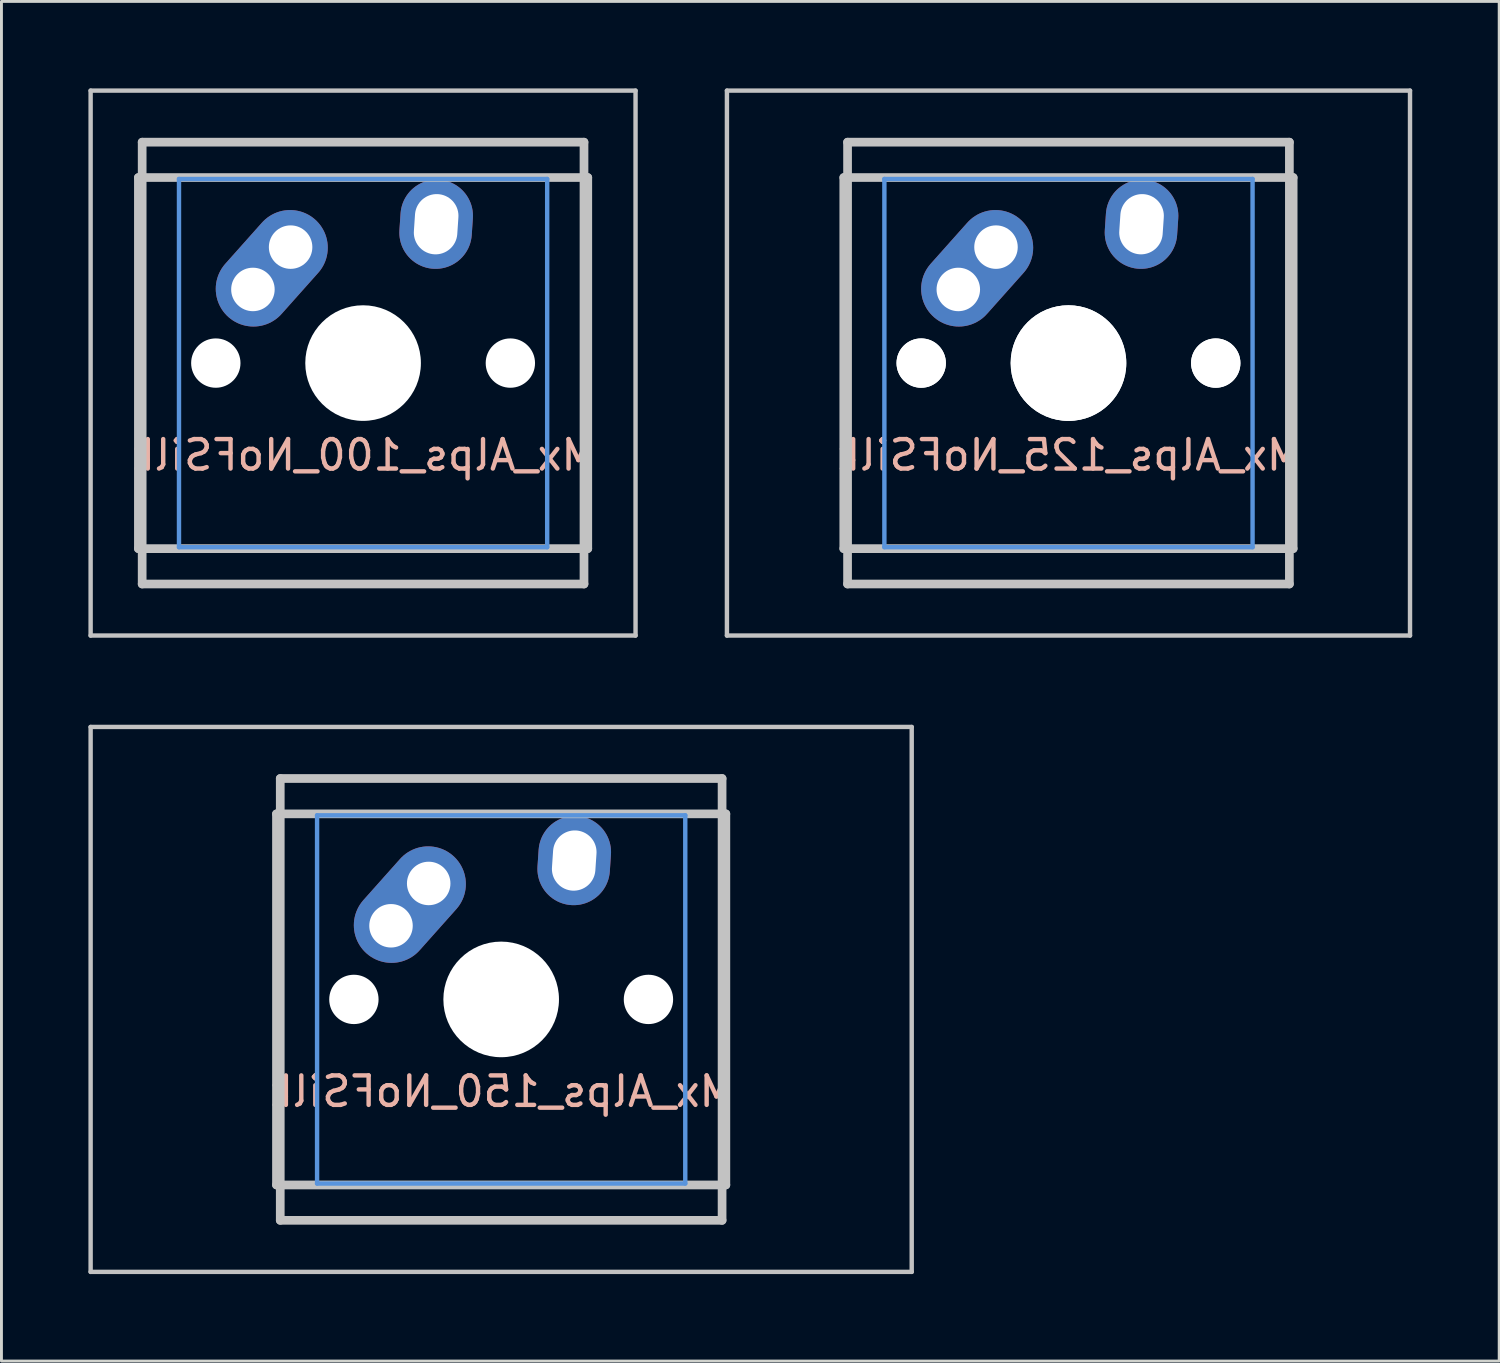
<source format=kicad_pcb>
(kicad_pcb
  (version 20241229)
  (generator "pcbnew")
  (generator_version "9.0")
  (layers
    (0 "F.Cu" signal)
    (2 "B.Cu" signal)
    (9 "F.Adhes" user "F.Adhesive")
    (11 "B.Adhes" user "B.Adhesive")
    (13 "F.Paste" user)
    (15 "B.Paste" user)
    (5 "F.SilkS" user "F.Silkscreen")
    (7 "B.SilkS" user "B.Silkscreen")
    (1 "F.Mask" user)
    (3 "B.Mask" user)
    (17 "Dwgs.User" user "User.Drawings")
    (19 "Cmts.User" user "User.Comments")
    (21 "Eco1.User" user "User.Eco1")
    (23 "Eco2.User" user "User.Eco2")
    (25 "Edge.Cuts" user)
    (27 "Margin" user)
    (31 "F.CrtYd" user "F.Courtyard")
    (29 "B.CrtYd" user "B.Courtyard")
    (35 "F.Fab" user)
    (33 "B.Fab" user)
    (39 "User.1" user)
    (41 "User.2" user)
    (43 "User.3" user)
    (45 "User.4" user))
  (footprint "Mx_Alps_100_NoFSilk"
    (layer "F.Cu")
    (at 9.474 9.474)
    (property "Reference" "Mx_Alps_100_NoFSilk" (at 0 3.175 0) (layer "B.SilkS") (effects (font (size 1.016 1.016) (thickness 0.152)) (justify mirror)))
    (attr through_hole)
    (fp_line (start -9.398 -9.398) (end 9.398 -9.398) (stroke (width 0.152) (type solid)) (layer "Dwgs.User"))
    (fp_line (start -9.398 9.398) (end -9.398 -9.398) (stroke (width 0.152) (type solid)) (layer "Dwgs.User"))
    (fp_line (start -7.75 6.4) (end -7.75 -6.4) (stroke (width 0.3) (type solid)) (layer "Dwgs.User"))
    (fp_line (start -7.75 6.4) (end 7.75 6.4) (stroke (width 0.3) (type solid)) (layer "Dwgs.User"))
    (fp_line (start -7.62 -7.62) (end 7.62 -7.62) (stroke (width 0.3) (type solid)) (layer "Dwgs.User"))
    (fp_line (start -7.62 7.62) (end -7.62 -7.62) (stroke (width 0.3) (type solid)) (layer "Dwgs.User"))
    (fp_line (start 7.62 -7.62) (end 7.62 7.62) (stroke (width 0.3) (type solid)) (layer "Dwgs.User"))
    (fp_line (start 7.62 7.62) (end -7.62 7.62) (stroke (width 0.3) (type solid)) (layer "Dwgs.User"))
    (fp_line (start 7.75 -6.4) (end -7.75 -6.4) (stroke (width 0.3) (type solid)) (layer "Dwgs.User"))
    (fp_line (start 7.75 6.4) (end 7.75 -6.4) (stroke (width 0.3) (type solid)) (layer "Dwgs.User"))
    (fp_line (start 9.398 -9.398) (end 9.398 9.398) (stroke (width 0.152) (type solid)) (layer "Dwgs.User"))
    (fp_line (start 9.398 9.398) (end -9.398 9.398) (stroke (width 0.152) (type solid)) (layer "Dwgs.User"))
    (fp_line (start -6.35 -6.35) (end 6.35 -6.35) (stroke (width 0.152) (type solid)) (layer "Cmts.User"))
    (fp_line (start -6.35 6.35) (end -6.35 -6.35) (stroke (width 0.152) (type solid)) (layer "Cmts.User"))
    (fp_line (start 6.35 -6.35) (end 6.35 6.35) (stroke (width 0.152) (type solid)) (layer "Cmts.User"))
    (fp_line (start 6.35 6.35) (end -6.35 6.35) (stroke (width 0.152) (type solid)) (layer "Cmts.User"))
    (fp_line (start -6.985 -6.985) (end 6.985 -6.985) (stroke (width 0.152) (type solid)) (layer "Eco2.User"))
    (fp_line (start -6.985 6.985) (end -6.985 -6.985) (stroke (width 0.152) (type solid)) (layer "Eco2.User"))
    (fp_line (start 6.985 -6.985) (end 6.985 6.985) (stroke (width 0.152) (type solid)) (layer "Eco2.User"))
    (fp_line (start 6.985 6.985) (end -6.985 6.985) (stroke (width 0.152) (type solid)) (layer "Eco2.User"))
    (pad "" np_thru_hole circle (at -5.08 0) (size 1.702 1.702) (drill 1.702) (layers "*.Cu"))
    (pad "" np_thru_hole circle (at 0 0) (size 3.988 3.988) (drill 3.988) (layers "*.Cu"))
    (pad "" np_thru_hole circle (at 5.08 0) (size 1.702 1.702) (drill 1.702) (layers "*.Cu"))
    (pad "1" thru_hole circle (at -3.8 -2.54) (size 2.377 2.377) (drill 1.5) (layers "*.Cu" "*.Mask"))
    (pad "1" smd oval (at -3.15 -3.27 48.3) (size 4.5 2.6) (layers "F.Cu" "F.Mask"))
    (pad "1" smd oval (at -3.15 -3.27 48.3) (size 4.5 2.6) (layers "B.Cu" "B.Mask"))
    (pad "1" thru_hole circle (at -2.5 -4) (size 2.377 2.377) (drill 1.5) (layers "*.Cu" "*.Mask"))
    (pad "2" thru_hole oval (at 2.52 -4.79 356.1) (size 2.5 3.08) (drill oval 1.5 2.08) (layers "*.Cu" "*.Mask")))
  (footprint "Mx_Alps_150_NoFSilk"
    (layer "F.Cu")
    (at 14.237 31.423)
    (property "Reference" "Mx_Alps_150_NoFSilk" (at 0 3.175 0) (layer "B.SilkS") (effects (font (size 1.016 1.016) (thickness 0.152)) (justify mirror)))
    (attr through_hole)
    (fp_line (start -14.161 -9.398) (end 14.161 -9.398) (stroke (width 0.152) (type solid)) (layer "Dwgs.User"))
    (fp_line (start -14.161 9.398) (end -14.161 -9.398) (stroke (width 0.152) (type solid)) (layer "Dwgs.User"))
    (fp_line (start -7.75 6.4) (end -7.75 -6.4) (stroke (width 0.3) (type solid)) (layer "Dwgs.User"))
    (fp_line (start -7.75 6.4) (end 7.75 6.4) (stroke (width 0.3) (type solid)) (layer "Dwgs.User"))
    (fp_line (start -7.62 -7.62) (end 7.62 -7.62) (stroke (width 0.3) (type solid)) (layer "Dwgs.User"))
    (fp_line (start -7.62 7.62) (end -7.62 -7.62) (stroke (width 0.3) (type solid)) (layer "Dwgs.User"))
    (fp_line (start 7.62 -7.62) (end 7.62 7.62) (stroke (width 0.3) (type solid)) (layer "Dwgs.User"))
    (fp_line (start 7.62 7.62) (end -7.62 7.62) (stroke (width 0.3) (type solid)) (layer "Dwgs.User"))
    (fp_line (start 7.75 -6.4) (end -7.75 -6.4) (stroke (width 0.3) (type solid)) (layer "Dwgs.User"))
    (fp_line (start 7.75 6.4) (end 7.75 -6.4) (stroke (width 0.3) (type solid)) (layer "Dwgs.User"))
    (fp_line (start 14.161 -9.398) (end 14.161 9.398) (stroke (width 0.152) (type solid)) (layer "Dwgs.User"))
    (fp_line (start 14.161 9.398) (end -14.161 9.398) (stroke (width 0.152) (type solid)) (layer "Dwgs.User"))
    (fp_line (start -6.35 -6.35) (end 6.35 -6.35) (stroke (width 0.152) (type solid)) (layer "Cmts.User"))
    (fp_line (start -6.35 6.35) (end -6.35 -6.35) (stroke (width 0.152) (type solid)) (layer "Cmts.User"))
    (fp_line (start 6.35 -6.35) (end 6.35 6.35) (stroke (width 0.152) (type solid)) (layer "Cmts.User"))
    (fp_line (start 6.35 6.35) (end -6.35 6.35) (stroke (width 0.152) (type solid)) (layer "Cmts.User"))
    (fp_line (start -6.985 -6.985) (end 6.985 -6.985) (stroke (width 0.152) (type solid)) (layer "Eco2.User"))
    (fp_line (start -6.985 6.985) (end -6.985 -6.985) (stroke (width 0.152) (type solid)) (layer "Eco2.User"))
    (fp_line (start 6.985 -6.985) (end 6.985 6.985) (stroke (width 0.152) (type solid)) (layer "Eco2.User"))
    (fp_line (start 6.985 6.985) (end -6.985 6.985) (stroke (width 0.152) (type solid)) (layer "Eco2.User"))
    (pad "" np_thru_hole circle (at -5.08 0) (size 1.702 1.702) (drill 1.702) (layers "*.Cu"))
    (pad "" np_thru_hole circle (at 0 0) (size 3.988 3.988) (drill 3.988) (layers "*.Cu"))
    (pad "" np_thru_hole circle (at 5.08 0) (size 1.702 1.702) (drill 1.702) (layers "*.Cu"))
    (pad "1" thru_hole circle (at -3.8 -2.54) (size 2.377 2.377) (drill 1.5) (layers "*.Cu" "*.Mask"))
    (pad "1" smd oval (at -3.15 -3.27 48.3) (size 4.5 2.6) (layers "F.Cu" "F.Mask"))
    (pad "1" smd oval (at -3.15 -3.27 48.3) (size 4.5 2.6) (layers "B.Cu" "B.Mask"))
    (pad "1" thru_hole circle (at -2.5 -4) (size 2.377 2.377) (drill 1.5) (layers "*.Cu" "*.Mask"))
    (pad "2" thru_hole oval (at 2.52 -4.79 356.1) (size 2.5 3.08) (drill oval 1.5 2.08) (layers "*.Cu" "*.Mask")))
  (footprint "Mx_Alps_125_NoFSilk"
    (layer "F.Cu")
    (at 33.805 9.474)
    (property "Reference" "Mx_Alps_125_NoFSilk" (at 0 3.175 0) (layer "B.SilkS") (effects (font (size 1.016 1.016) (thickness 0.152)) (justify mirror)))
    (attr through_hole)
    (fp_line (start -11.781 -9.398) (end 11.781 -9.398) (stroke (width 0.152) (type solid)) (layer "Dwgs.User"))
    (fp_line (start -11.781 9.398) (end -11.781 -9.398) (stroke (width 0.152) (type solid)) (layer "Dwgs.User"))
    (fp_line (start -7.75 6.4) (end -7.75 -6.4) (stroke (width 0.3) (type solid)) (layer "Dwgs.User"))
    (fp_line (start -7.75 6.4) (end 7.75 6.4) (stroke (width 0.3) (type solid)) (layer "Dwgs.User"))
    (fp_line (start -7.62 -7.62) (end 7.62 -7.62) (stroke (width 0.3) (type solid)) (layer "Dwgs.User"))
    (fp_line (start -7.62 7.62) (end -7.62 -7.62) (stroke (width 0.3) (type solid)) (layer "Dwgs.User"))
    (fp_line (start 7.62 -7.62) (end 7.62 7.62) (stroke (width 0.3) (type solid)) (layer "Dwgs.User"))
    (fp_line (start 7.62 7.62) (end -7.62 7.62) (stroke (width 0.3) (type solid)) (layer "Dwgs.User"))
    (fp_line (start 7.75 -6.4) (end -7.75 -6.4) (stroke (width 0.3) (type solid)) (layer "Dwgs.User"))
    (fp_line (start 7.75 6.4) (end 7.75 -6.4) (stroke (width 0.3) (type solid)) (layer "Dwgs.User"))
    (fp_line (start 11.781 -9.398) (end 11.781 9.398) (stroke (width 0.152) (type solid)) (layer "Dwgs.User"))
    (fp_line (start 11.781 9.398) (end -11.781 9.398) (stroke (width 0.152) (type solid)) (layer "Dwgs.User"))
    (fp_line (start -6.35 -6.35) (end 6.35 -6.35) (stroke (width 0.152) (type solid)) (layer "Cmts.User"))
    (fp_line (start -6.35 6.35) (end -6.35 -6.35) (stroke (width 0.152) (type solid)) (layer "Cmts.User"))
    (fp_line (start 6.35 -6.35) (end 6.35 6.35) (stroke (width 0.152) (type solid)) (layer "Cmts.User"))
    (fp_line (start 6.35 6.35) (end -6.35 6.35) (stroke (width 0.152) (type solid)) (layer "Cmts.User"))
    (fp_line (start -6.985 -6.985) (end 6.985 -6.985) (stroke (width 0.152) (type solid)) (layer "Eco2.User"))
    (fp_line (start -6.985 6.985) (end -6.985 -6.985) (stroke (width 0.152) (type solid)) (layer "Eco2.User"))
    (fp_line (start 6.985 -6.985) (end 6.985 6.985) (stroke (width 0.152) (type solid)) (layer "Eco2.User"))
    (fp_line (start 6.985 6.985) (end -6.985 6.985) (stroke (width 0.152) (type solid)) (layer "Eco2.User"))
    (pad "" np_thru_hole circle (at -5.08 0) (size 1.702 1.702) (drill 1.702) (layers "*.Cu"))
    (pad "" np_thru_hole circle (at -5.08 0) (size 1.702 1.702) (drill 1.702) (layers "*.Cu"))
    (pad "" np_thru_hole circle (at 0 0) (size 3.988 3.988) (drill 3.988) (layers "*.Cu"))
    (pad "" np_thru_hole circle (at 0 0) (size 3.988 3.988) (drill 3.988) (layers "*.Cu"))
    (pad "" np_thru_hole circle (at 5.08 0) (size 1.702 1.702) (drill 1.702) (layers "*.Cu"))
    (pad "" np_thru_hole circle (at 5.08 0) (size 1.702 1.702) (drill 1.702) (layers "*.Cu"))
    (pad "1" thru_hole circle (at -3.8 -2.54) (size 2.377 2.377) (drill 1.5) (layers "*.Cu" "*.Mask"))
    (pad "1" smd oval (at -3.15 -3.27 48.3) (size 4.5 2.6) (layers "F.Cu" "F.Mask"))
    (pad "1" smd oval (at -3.15 -3.27 48.3) (size 4.5 2.6) (layers "B.Cu" "B.Mask"))
    (pad "1" thru_hole circle (at -2.5 -4) (size 2.377 2.377) (drill 1.5) (layers "*.Cu" "*.Mask"))
    (pad "2" thru_hole oval (at 2.52 -4.79 356.1) (size 2.5 3.08) (drill oval 1.5 2.08) (layers "*.Cu" "*.Mask")))
  (gr_rect
    (start -3 -3)
    (end 48.662 43.897)
    (stroke (width 0.1) (type default))
    (fill no)
    (layer "Edge.Cuts")))
</source>
